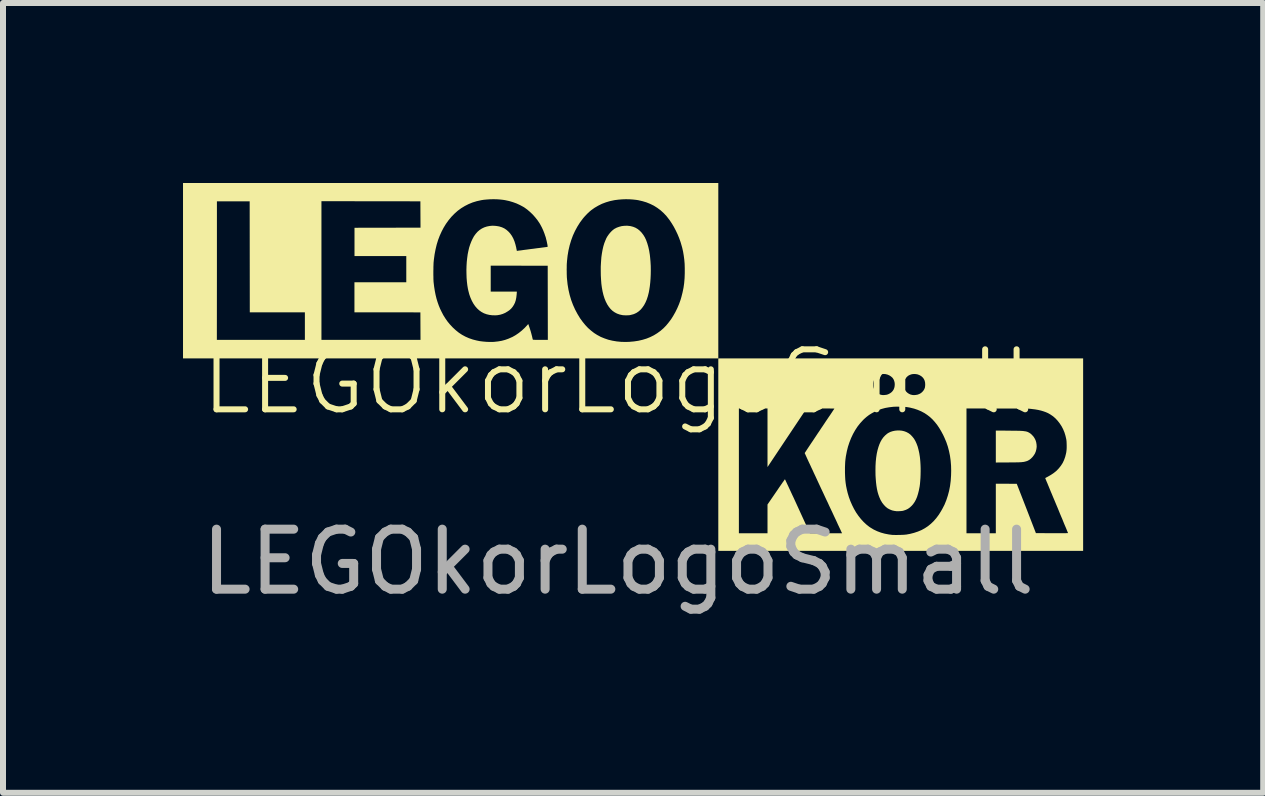
<source format=kicad_pcb>
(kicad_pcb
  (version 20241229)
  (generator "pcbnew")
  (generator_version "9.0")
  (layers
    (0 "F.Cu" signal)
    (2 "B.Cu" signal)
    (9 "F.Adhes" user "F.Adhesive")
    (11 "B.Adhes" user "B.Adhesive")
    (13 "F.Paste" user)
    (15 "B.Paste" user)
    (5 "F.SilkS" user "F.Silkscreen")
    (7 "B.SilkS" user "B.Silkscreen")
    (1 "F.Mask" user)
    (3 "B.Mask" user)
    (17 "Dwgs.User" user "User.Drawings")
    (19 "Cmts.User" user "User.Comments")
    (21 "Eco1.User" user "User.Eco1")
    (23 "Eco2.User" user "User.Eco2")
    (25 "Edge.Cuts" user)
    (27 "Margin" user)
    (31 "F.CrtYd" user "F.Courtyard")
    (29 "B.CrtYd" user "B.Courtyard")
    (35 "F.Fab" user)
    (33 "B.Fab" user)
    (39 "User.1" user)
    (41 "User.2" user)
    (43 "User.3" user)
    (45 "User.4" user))
  (footprint "LEGOkorLogoSmall"
    (layer "F.Cu")
    (at 7.249 3.814)
    (property "Reference" "LEGOkorLogoSmall" (at 0 -0.5 0) (unlocked yes) (layer "F.SilkS") (effects (font (size 1 1) (thickness 0.1))))
    (attr smd)
    (fp_poly (pts (xy 6.506 0.313) (xy 6.551 0.314) (xy 6.59 0.314) (xy 6.624 0.314) (xy 6.653 0.315) (xy 6.679 0.316) (xy 6.701 0.316) (xy 6.72 0.317) (xy 6.737 0.318) (xy 6.752 0.319) (xy 6.765 0.321) (xy 6.777 0.323) (xy 6.789 0.324) (xy 6.801 0.327) (xy 6.804 0.327) (xy 6.829 0.335) (xy 6.854 0.348) (xy 6.879 0.365) (xy 6.902 0.387) (xy 6.924 0.411) (xy 6.942 0.438) (xy 6.959 0.472) (xy 6.97 0.508) (xy 6.976 0.545) (xy 6.978 0.582) (xy 6.973 0.62) (xy 6.964 0.657) (xy 6.95 0.692) (xy 6.933 0.72) (xy 6.908 0.753) (xy 6.881 0.78) (xy 6.852 0.802) (xy 6.821 0.818) (xy 6.798 0.825) (xy 6.787 0.828) (xy 6.776 0.831) (xy 6.766 0.833) (xy 6.755 0.835) (xy 6.743 0.836) (xy 6.729 0.838) (xy 6.713 0.839) (xy 6.695 0.84) (xy 6.674 0.841) (xy 6.649 0.841) (xy 6.62 0.842) (xy 6.587 0.842) (xy 6.549 0.842) (xy 6.505 0.843) (xy 6.503 0.843) (xy 6.297 0.844) (xy 6.297 0.578) (xy 6.297 0.312)) (stroke (width 0) (type solid)) (fill yes) (layer "F.SilkS"))
    (fp_poly (pts (xy 0.201 -3.097) (xy 0.212 -3.095) (xy 0.254 -3.084) (xy 0.293 -3.068) (xy 0.33 -3.046) (xy 0.363 -3.019) (xy 0.394 -2.987) (xy 0.422 -2.95) (xy 0.448 -2.908) (xy 0.47 -2.86) (xy 0.489 -2.807) (xy 0.506 -2.748) (xy 0.52 -2.685) (xy 0.531 -2.616) (xy 0.536 -2.57) (xy 0.542 -2.503) (xy 0.546 -2.433) (xy 0.547 -2.363) (xy 0.546 -2.294) (xy 0.543 -2.225) (xy 0.538 -2.159) (xy 0.531 -2.095) (xy 0.522 -2.036) (xy 0.513 -1.988) (xy 0.498 -1.928) (xy 0.48 -1.873) (xy 0.459 -1.824) (xy 0.435 -1.779) (xy 0.408 -1.74) (xy 0.379 -1.705) (xy 0.347 -1.676) (xy 0.312 -1.652) (xy 0.288 -1.64) (xy 0.263 -1.629) (xy 0.234 -1.621) (xy 0.206 -1.614) (xy 0.192 -1.611) (xy 0.172 -1.61) (xy 0.149 -1.609) (xy 0.124 -1.609) (xy 0.099 -1.61) (xy 0.077 -1.612) (xy 0.07 -1.613) (xy 0.026 -1.623) (xy -0.016 -1.638) (xy -0.054 -1.658) (xy -0.09 -1.683) (xy -0.123 -1.714) (xy -0.152 -1.75) (xy -0.179 -1.791) (xy -0.203 -1.838) (xy -0.224 -1.889) (xy -0.242 -1.946) (xy -0.257 -2.008) (xy -0.269 -2.075) (xy -0.277 -2.135) (xy -0.282 -2.203) (xy -0.286 -2.274) (xy -0.287 -2.347) (xy -0.287 -2.421) (xy -0.283 -2.492) (xy -0.278 -2.561) (xy -0.277 -2.576) (xy -0.268 -2.64) (xy -0.257 -2.701) (xy -0.244 -2.758) (xy -0.228 -2.811) (xy -0.209 -2.859) (xy -0.194 -2.894) (xy -0.177 -2.924) (xy -0.157 -2.953) (xy -0.134 -2.982) (xy -0.11 -3.008) (xy -0.086 -3.03) (xy -0.062 -3.048) (xy -0.059 -3.05) (xy -0.021 -3.07) (xy 0.021 -3.085) (xy 0.064 -3.096) (xy 0.109 -3.101) (xy 0.155 -3.102)) (stroke (width 0) (type solid)) (fill yes) (layer "F.SilkS"))
    (fp_poly (pts (xy 4.694 0.31) (xy 4.733 0.314) (xy 4.771 0.323) (xy 4.806 0.336) (xy 4.838 0.353) (xy 4.849 0.36) (xy 4.88 0.385) (xy 4.908 0.415) (xy 4.934 0.448) (xy 4.956 0.486) (xy 4.976 0.529) (xy 4.994 0.577) (xy 5.008 0.629) (xy 5.021 0.687) (xy 5.031 0.749) (xy 5.035 0.785) (xy 5.039 0.832) (xy 5.042 0.883) (xy 5.044 0.937) (xy 5.044 0.992) (xy 5.043 1.047) (xy 5.041 1.101) (xy 5.037 1.153) (xy 5.033 1.202) (xy 5.027 1.246) (xy 5.026 1.251) (xy 5.014 1.312) (xy 5 1.367) (xy 4.984 1.418) (xy 4.965 1.463) (xy 4.943 1.503) (xy 4.918 1.539) (xy 4.896 1.564) (xy 4.866 1.592) (xy 4.834 1.615) (xy 4.8 1.632) (xy 4.762 1.645) (xy 4.744 1.65) (xy 4.733 1.651) (xy 4.719 1.653) (xy 4.702 1.654) (xy 4.684 1.655) (xy 4.667 1.656) (xy 4.652 1.656) (xy 4.641 1.655) (xy 4.637 1.655) (xy 4.631 1.654) (xy 4.62 1.652) (xy 4.608 1.651) (xy 4.608 1.651) (xy 4.568 1.642) (xy 4.531 1.627) (xy 4.495 1.608) (xy 4.463 1.583) (xy 4.433 1.552) (xy 4.405 1.517) (xy 4.381 1.477) (xy 4.375 1.466) (xy 4.357 1.425) (xy 4.341 1.382) (xy 4.327 1.335) (xy 4.316 1.285) (xy 4.307 1.23) (xy 4.3 1.17) (xy 4.295 1.106) (xy 4.292 1.056) (xy 4.291 0.977) (xy 4.292 0.901) (xy 4.296 0.829) (xy 4.303 0.761) (xy 4.313 0.696) (xy 4.326 0.637) (xy 4.342 0.582) (xy 4.355 0.545) (xy 4.374 0.501) (xy 4.397 0.46) (xy 4.423 0.424) (xy 4.452 0.393) (xy 4.483 0.366) (xy 4.506 0.351) (xy 4.54 0.334) (xy 4.577 0.322) (xy 4.615 0.314) (xy 4.655 0.31)) (stroke (width 0) (type solid)) (fill yes) (layer "F.SilkS"))
    (fp_poly (pts (xy 1.672 -2.353) (xy 1.672 -0.891) (xy -2.788 -0.891) (xy -7.249 -0.891) (xy -7.249 -1.2) (xy -6.685 -1.2) (xy -5.951 -1.2) (xy -5.218 -1.2) (xy -5.218 -1.43) (xy -5.218 -1.659) (xy -5.677 -1.659) (xy -6.136 -1.659) (xy -6.137 -2.584) (xy -6.138 -3.509) (xy -6.411 -3.509) (xy -6.684 -3.509) (xy -6.684 -2.355) (xy -6.685 -1.2) (xy -7.249 -1.2) (xy -7.249 -2.353) (xy -7.249 -3.511) (xy -4.942 -3.511) (xy -4.942 -2.356) (xy -4.942 -1.2) (xy -4.116 -1.2) (xy -3.291 -1.2) (xy -3.292 -1.429) (xy -3.293 -1.658) (xy -3.843 -1.659) (xy -4.392 -1.659) (xy -4.392 -1.91) (xy -4.392 -2.16) (xy -3.96 -2.16) (xy -3.528 -2.16) (xy -3.528 -2.314) (xy -3.077 -2.314) (xy -3.077 -2.281) (xy -3.076 -2.25) (xy -3.076 -2.222) (xy -3.075 -2.197) (xy -3.074 -2.176) (xy -3.073 -2.162) (xy -3.064 -2.087) (xy -3.053 -2.017) (xy -3.04 -1.951) (xy -3.025 -1.889) (xy -3.007 -1.83) (xy -2.987 -1.773) (xy -2.964 -1.717) (xy -2.941 -1.67) (xy -2.911 -1.612) (xy -2.878 -1.559) (xy -2.844 -1.51) (xy -2.806 -1.463) (xy -2.764 -1.418) (xy -2.754 -1.407) (xy -2.704 -1.361) (xy -2.653 -1.32) (xy -2.6 -1.285) (xy -2.543 -1.254) (xy -2.484 -1.228) (xy -2.42 -1.206) (xy -2.358 -1.19) (xy -2.305 -1.179) (xy -2.248 -1.172) (xy -2.19 -1.167) (xy -2.133 -1.165) (xy -2.078 -1.166) (xy -2.062 -1.167) (xy -1.999 -1.174) (xy -1.94 -1.184) (xy -1.883 -1.199) (xy -1.829 -1.218) (xy -1.774 -1.242) (xy -1.76 -1.248) (xy -1.707 -1.278) (xy -1.654 -1.314) (xy -1.604 -1.354) (xy -1.556 -1.398) (xy -1.526 -1.43) (xy -1.495 -1.464) (xy -1.487 -1.441) (xy -1.477 -1.412) (xy -1.466 -1.379) (xy -1.455 -1.344) (xy -1.445 -1.308) (xy -1.436 -1.273) (xy -1.428 -1.242) (xy -1.428 -1.239) (xy -1.425 -1.226) (xy -1.422 -1.215) (xy -1.42 -1.208) (xy -1.42 -1.205) (xy -1.419 -1.204) (xy -1.417 -1.203) (xy -1.414 -1.202) (xy -1.409 -1.202) (xy -1.401 -1.201) (xy -1.39 -1.201) (xy -1.376 -1.2) (xy -1.357 -1.2) (xy -1.334 -1.2) (xy -1.305 -1.2) (xy -1.294 -1.2) (xy -1.169 -1.2) (xy -1.17 -1.818) (xy -1.171 -2.373) (xy -0.855 -2.373) (xy -0.854 -2.338) (xy -0.854 -2.304) (xy -0.853 -2.272) (xy -0.852 -2.243) (xy -0.85 -2.219) (xy -0.85 -2.219) (xy -0.84 -2.125) (xy -0.825 -2.035) (xy -0.805 -1.948) (xy -0.78 -1.864) (xy -0.75 -1.784) (xy -0.715 -1.706) (xy -0.675 -1.631) (xy -0.632 -1.56) (xy -0.589 -1.501) (xy -0.545 -1.447) (xy -0.499 -1.398) (xy -0.45 -1.355) (xy -0.399 -1.315) (xy -0.344 -1.28) (xy -0.343 -1.28) (xy -0.286 -1.249) (xy -0.224 -1.224) (xy -0.16 -1.202) (xy -0.092 -1.186) (xy -0.021 -1.174) (xy 0.051 -1.167) (xy 0.126 -1.165) (xy 0.19 -1.167) (xy 0.267 -1.174) (xy 0.34 -1.185) (xy 0.409 -1.201) (xy 0.475 -1.221) (xy 0.537 -1.246) (xy 0.596 -1.275) (xy 0.653 -1.31) (xy 0.707 -1.349) (xy 0.712 -1.353) (xy 0.758 -1.393) (xy 0.802 -1.438) (xy 0.844 -1.489) (xy 0.885 -1.543) (xy 0.922 -1.602) (xy 0.957 -1.664) (xy 0.989 -1.729) (xy 1.018 -1.797) (xy 1.043 -1.867) (xy 1.057 -1.915) (xy 1.076 -1.99) (xy 1.092 -2.067) (xy 1.103 -2.145) (xy 1.11 -2.226) (xy 1.113 -2.311) (xy 1.113 -2.392) (xy 1.111 -2.466) (xy 1.105 -2.537) (xy 1.096 -2.605) (xy 1.085 -2.671) (xy 1.07 -2.737) (xy 1.051 -2.803) (xy 1.042 -2.833) (xy 1.019 -2.897) (xy 0.993 -2.96) (xy 0.963 -3.023) (xy 0.931 -3.084) (xy 0.896 -3.142) (xy 0.86 -3.196) (xy 0.822 -3.245) (xy 0.807 -3.264) (xy 0.76 -3.314) (xy 0.709 -3.36) (xy 0.655 -3.4) (xy 0.598 -3.436) (xy 0.537 -3.466) (xy 0.473 -3.492) (xy 0.406 -3.512) (xy 0.336 -3.528) (xy 0.304 -3.533) (xy 0.249 -3.539) (xy 0.191 -3.543) (xy 0.131 -3.544) (xy 0.07 -3.542) (xy 0.01 -3.537) (xy -0.047 -3.53) (xy -0.065 -3.527) (xy -0.135 -3.512) (xy -0.202 -3.492) (xy -0.268 -3.467) (xy -0.33 -3.436) (xy -0.39 -3.401) (xy -0.446 -3.361) (xy -0.452 -3.356) (xy -0.469 -3.342) (xy -0.488 -3.324) (xy -0.509 -3.305) (xy -0.529 -3.284) (xy -0.549 -3.263) (xy -0.567 -3.243) (xy -0.582 -3.225) (xy -0.583 -3.224) (xy -0.633 -3.157) (xy -0.677 -3.087) (xy -0.716 -3.015) (xy -0.751 -2.939) (xy -0.78 -2.86) (xy -0.805 -2.777) (xy -0.825 -2.691) (xy -0.84 -2.602) (xy -0.85 -2.509) (xy -0.851 -2.492) (xy -0.853 -2.468) (xy -0.854 -2.439) (xy -0.854 -2.407) (xy -0.855 -2.373) (xy -1.171 -2.373) (xy -1.171 -2.435) (xy -1.646 -2.436) (xy -2.121 -2.437) (xy -2.121 -2.22) (xy -2.121 -2.004) (xy -1.903 -2.004) (xy -1.686 -2.004) (xy -1.686 -1.996) (xy -1.686 -1.99) (xy -1.687 -1.979) (xy -1.688 -1.966) (xy -1.689 -1.952) (xy -1.695 -1.903) (xy -1.704 -1.859) (xy -1.717 -1.819) (xy -1.735 -1.783) (xy -1.756 -1.75) (xy -1.781 -1.72) (xy -1.811 -1.693) (xy -1.839 -1.674) (xy -1.879 -1.65) (xy -1.921 -1.632) (xy -1.964 -1.619) (xy -2.01 -1.611) (xy -2.043 -1.609) (xy -2.095 -1.61) (xy -2.144 -1.616) (xy -2.19 -1.627) (xy -2.234 -1.643) (xy -2.275 -1.665) (xy -2.313 -1.692) (xy -2.348 -1.724) (xy -2.38 -1.761) (xy -2.409 -1.803) (xy -2.435 -1.85) (xy -2.458 -1.902) (xy -2.478 -1.958) (xy -2.494 -2.02) (xy -2.502 -2.057) (xy -2.511 -2.112) (xy -2.518 -2.172) (xy -2.523 -2.235) (xy -2.525 -2.301) (xy -2.526 -2.367) (xy -2.524 -2.434) (xy -2.52 -2.5) (xy -2.513 -2.564) (xy -2.505 -2.624) (xy -2.493 -2.684) (xy -2.48 -2.739) (xy -2.463 -2.791) (xy -2.444 -2.84) (xy -2.425 -2.881) (xy -2.4 -2.927) (xy -2.371 -2.967) (xy -2.34 -3.002) (xy -2.306 -3.031) (xy -2.268 -3.056) (xy -2.228 -3.075) (xy -2.185 -3.089) (xy -2.138 -3.098) (xy -2.11 -3.101) (xy -2.088 -3.102) (xy -2.063 -3.101) (xy -2.035 -3.099) (xy -2.008 -3.095) (xy -1.984 -3.091) (xy -1.976 -3.089) (xy -1.934 -3.076) (xy -1.895 -3.058) (xy -1.859 -3.034) (xy -1.826 -3.005) (xy -1.796 -2.972) (xy -1.769 -2.934) (xy -1.745 -2.89) (xy -1.725 -2.842) (xy -1.709 -2.79) (xy -1.695 -2.733) (xy -1.695 -2.729) (xy -1.692 -2.715) (xy -1.689 -2.703) (xy -1.688 -2.693) (xy -1.687 -2.689) (xy -1.685 -2.684) (xy -1.68 -2.683) (xy -1.677 -2.684) (xy -1.673 -2.684) (xy -1.663 -2.686) (xy -1.649 -2.688) (xy -1.629 -2.69) (xy -1.606 -2.693) (xy -1.579 -2.697) (xy -1.549 -2.701) (xy -1.516 -2.705) (xy -1.48 -2.71) (xy -1.443 -2.715) (xy -1.423 -2.717) (xy -1.385 -2.722) (xy -1.349 -2.727) (xy -1.315 -2.731) (xy -1.284 -2.735) (xy -1.255 -2.739) (xy -1.231 -2.742) (xy -1.21 -2.745) (xy -1.193 -2.747) (xy -1.181 -2.749) (xy -1.175 -2.75) (xy -1.174 -2.75) (xy -1.172 -2.754) (xy -1.173 -2.762) (xy -1.174 -2.774) (xy -1.177 -2.791) (xy -1.181 -2.81) (xy -1.185 -2.83) (xy -1.19 -2.853) (xy -1.196 -2.875) (xy -1.201 -2.897) (xy -1.207 -2.919) (xy -1.209 -2.922) (xy -1.226 -2.973) (xy -1.246 -3.024) (xy -1.269 -3.074) (xy -1.294 -3.121) (xy -1.308 -3.145) (xy -1.342 -3.195) (xy -1.381 -3.244) (xy -1.422 -3.29) (xy -1.467 -3.333) (xy -1.513 -3.372) (xy -1.56 -3.406) (xy -1.578 -3.417) (xy -1.632 -3.446) (xy -1.69 -3.473) (xy -1.751 -3.495) (xy -1.815 -3.514) (xy -1.88 -3.528) (xy -1.911 -3.533) (xy -1.963 -3.539) (xy -2.018 -3.543) (xy -2.075 -3.544) (xy -2.132 -3.543) (xy -2.188 -3.539) (xy -2.241 -3.534) (xy -2.283 -3.527) (xy -2.354 -3.511) (xy -2.423 -3.49) (xy -2.489 -3.463) (xy -2.552 -3.431) (xy -2.613 -3.394) (xy -2.67 -3.352) (xy -2.724 -3.304) (xy -2.775 -3.252) (xy -2.823 -3.194) (xy -2.867 -3.133) (xy -2.906 -3.069) (xy -2.94 -3.004) (xy -2.971 -2.935) (xy -2.998 -2.864) (xy -3.021 -2.789) (xy -3.04 -2.71) (xy -3.056 -2.627) (xy -3.068 -2.539) (xy -3.071 -2.509) (xy -3.073 -2.491) (xy -3.074 -2.468) (xy -3.075 -2.441) (xy -3.076 -2.412) (xy -3.076 -2.38) (xy -3.077 -2.347) (xy -3.077 -2.314) (xy -3.528 -2.314) (xy -3.528 -2.378) (xy -3.528 -2.596) (xy -3.96 -2.596) (xy -4.391 -2.597) (xy -4.391 -2.833) (xy -4.391 -3.068) (xy -3.841 -3.069) (xy -3.291 -3.07) (xy -3.292 -3.29) (xy -3.293 -3.509) (xy -4.117 -3.51) (xy -4.942 -3.511) (xy -7.249 -3.511) (xy -7.249 -3.814) (xy -2.788 -3.814) (xy 1.672 -3.814)) (stroke (width 0) (type solid)) (fill yes) (layer "F.SilkS"))
    (fp_poly (pts (xy 7.752 0.713) (xy 7.752 2.317) (xy 4.712 2.317) (xy 1.672 2.317) (xy 1.672 0.713) (xy 1.672 -0.057) (xy 2.015 -0.057) (xy 2.015 0.983) (xy 2.015 2.023) (xy 2.253 2.023) (xy 2.492 2.023) (xy 2.492 1.784) (xy 2.492 1.544) (xy 2.636 1.334) (xy 2.658 1.302) (xy 2.678 1.272) (xy 2.698 1.243) (xy 2.716 1.217) (xy 2.733 1.193) (xy 2.747 1.172) (xy 2.76 1.155) (xy 2.77 1.14) (xy 2.777 1.13) (xy 2.781 1.125) (xy 2.782 1.123) (xy 2.784 1.126) (xy 2.788 1.134) (xy 2.794 1.146) (xy 2.802 1.164) (xy 2.812 1.185) (xy 2.824 1.211) (xy 2.838 1.24) (xy 2.853 1.273) (xy 2.87 1.309) (xy 2.888 1.348) (xy 2.907 1.389) (xy 2.928 1.433) (xy 2.949 1.479) (xy 2.971 1.527) (xy 2.992 1.573) (xy 3.198 2.023) (xy 3.466 2.023) (xy 3.734 2.023) (xy 3.727 2.007) (xy 3.725 2.003) (xy 3.72 1.994) (xy 3.714 1.979) (xy 3.705 1.96) (xy 3.694 1.937) (xy 3.681 1.909) (xy 3.666 1.878) (xy 3.65 1.842) (xy 3.632 1.803) (xy 3.612 1.761) (xy 3.591 1.716) (xy 3.569 1.668) (xy 3.545 1.618) (xy 3.52 1.565) (xy 3.495 1.51) (xy 3.468 1.454) (xy 3.441 1.396) (xy 3.416 1.342) (xy 3.388 1.283) (xy 3.361 1.225) (xy 3.335 1.169) (xy 3.31 1.115) (xy 3.286 1.063) (xy 3.262 1.013) (xy 3.262 1.012) (xy 3.783 1.012) (xy 3.785 1.072) (xy 3.788 1.129) (xy 3.794 1.184) (xy 3.802 1.237) (xy 3.813 1.29) (xy 3.826 1.345) (xy 3.827 1.349) (xy 3.848 1.42) (xy 3.873 1.488) (xy 3.902 1.554) (xy 3.934 1.618) (xy 3.969 1.678) (xy 4.008 1.734) (xy 4.049 1.786) (xy 4.093 1.834) (xy 4.139 1.877) (xy 4.187 1.915) (xy 4.205 1.927) (xy 4.261 1.961) (xy 4.32 1.989) (xy 4.381 2.012) (xy 4.446 2.03) (xy 4.514 2.043) (xy 4.568 2.05) (xy 4.582 2.051) (xy 4.601 2.051) (xy 4.623 2.052) (xy 4.649 2.052) (xy 4.675 2.051) (xy 4.702 2.051) (xy 4.728 2.05) (xy 4.752 2.049) (xy 4.773 2.048) (xy 4.79 2.046) (xy 4.798 2.046) (xy 4.869 2.033) (xy 4.935 2.016) (xy 4.998 1.995) (xy 5.058 1.97) (xy 5.113 1.94) (xy 5.166 1.905) (xy 5.215 1.865) (xy 5.262 1.82) (xy 5.306 1.769) (xy 5.347 1.714) (xy 5.385 1.653) (xy 5.406 1.616) (xy 5.442 1.546) (xy 5.472 1.472) (xy 5.497 1.396) (xy 5.518 1.318) (xy 5.534 1.236) (xy 5.545 1.15) (xy 5.551 1.061) (xy 5.553 0.983) (xy 5.551 0.896) (xy 5.544 0.812) (xy 5.533 0.732) (xy 5.517 0.654) (xy 5.497 0.578) (xy 5.472 0.504) (xy 5.441 0.431) (xy 5.421 0.388) (xy 5.387 0.324) (xy 5.353 0.267) (xy 5.317 0.214) (xy 5.279 0.167) (xy 5.24 0.124) (xy 5.198 0.085) (xy 5.154 0.051) (xy 5.109 0.021) (xy 5.053 -0.009) (xy 4.994 -0.034) (xy 4.932 -0.055) (xy 4.922 -0.057) (xy 5.808 -0.057) (xy 5.808 0.983) (xy 5.808 2.023) (xy 6.052 2.023) (xy 6.297 2.023) (xy 6.297 1.61) (xy 6.297 1.198) (xy 6.472 1.198) (xy 6.646 1.199) (xy 6.806 1.61) (xy 6.965 2.021) (xy 7.233 2.022) (xy 7.284 2.022) (xy 7.33 2.022) (xy 7.371 2.022) (xy 7.405 2.022) (xy 7.434 2.022) (xy 7.458 2.022) (xy 7.476 2.021) (xy 7.489 2.021) (xy 7.497 2.02) (xy 7.5 2.02) (xy 7.5 2.02) (xy 7.499 2.017) (xy 7.496 2.008) (xy 7.49 1.995) (xy 7.483 1.977) (xy 7.474 1.955) (xy 7.463 1.928) (xy 7.45 1.898) (xy 7.436 1.865) (xy 7.421 1.828) (xy 7.405 1.788) (xy 7.387 1.746) (xy 7.368 1.701) (xy 7.349 1.654) (xy 7.329 1.605) (xy 7.31 1.56) (xy 7.289 1.51) (xy 7.269 1.462) (xy 7.249 1.415) (xy 7.231 1.371) (xy 7.213 1.329) (xy 7.197 1.29) (xy 7.182 1.253) (xy 7.168 1.22) (xy 7.156 1.19) (xy 7.145 1.165) (xy 7.136 1.143) (xy 7.129 1.126) (xy 7.124 1.113) (xy 7.121 1.105) (xy 7.12 1.103) (xy 7.123 1.102) (xy 7.13 1.098) (xy 7.141 1.092) (xy 7.154 1.085) (xy 7.162 1.081) (xy 7.216 1.05) (xy 7.266 1.016) (xy 7.31 0.98) (xy 7.348 0.94) (xy 7.382 0.897) (xy 7.411 0.852) (xy 7.434 0.803) (xy 7.453 0.75) (xy 7.467 0.694) (xy 7.471 0.675) (xy 7.474 0.651) (xy 7.477 0.622) (xy 7.478 0.591) (xy 7.478 0.558) (xy 7.477 0.526) (xy 7.476 0.496) (xy 7.473 0.469) (xy 7.471 0.456) (xy 7.458 0.399) (xy 7.441 0.343) (xy 7.419 0.29) (xy 7.393 0.24) (xy 7.362 0.193) (xy 7.328 0.149) (xy 7.291 0.109) (xy 7.251 0.074) (xy 7.207 0.044) (xy 7.169 0.022) (xy 7.133 0.006) (xy 7.094 -0.008) (xy 7.051 -0.021) (xy 7.004 -0.032) (xy 6.953 -0.041) (xy 6.895 -0.048) (xy 6.882 -0.05) (xy 6.876 -0.05) (xy 6.869 -0.051) (xy 6.861 -0.052) (xy 6.852 -0.052) (xy 6.841 -0.053) (xy 6.829 -0.053) (xy 6.815 -0.053) (xy 6.798 -0.054) (xy 6.779 -0.054) (xy 6.757 -0.054) (xy 6.732 -0.054) (xy 6.703 -0.055) (xy 6.671 -0.055) (xy 6.635 -0.055) (xy 6.594 -0.055) (xy 6.549 -0.055) (xy 6.499 -0.056) (xy 6.443 -0.056) (xy 6.383 -0.056) (xy 6.322 -0.056) (xy 5.808 -0.057) (xy 4.922 -0.057) (xy 4.866 -0.071) (xy 4.825 -0.078) (xy 4.803 -0.081) (xy 4.776 -0.083) (xy 4.746 -0.085) (xy 4.715 -0.086) (xy 4.682 -0.086) (xy 4.65 -0.087) (xy 4.62 -0.086) (xy 4.594 -0.085) (xy 4.583 -0.084) (xy 4.516 -0.076) (xy 4.454 -0.065) (xy 4.394 -0.049) (xy 4.337 -0.029) (xy 4.281 -0.004) (xy 4.279 -0.003) (xy 4.229 0.024) (xy 4.184 0.052) (xy 4.142 0.084) (xy 4.101 0.12) (xy 4.084 0.137) (xy 4.037 0.188) (xy 3.993 0.244) (xy 3.953 0.305) (xy 3.917 0.369) (xy 3.885 0.437) (xy 3.857 0.508) (xy 3.833 0.581) (xy 3.814 0.657) (xy 3.799 0.736) (xy 3.797 0.746) (xy 3.794 0.77) (xy 3.791 0.792) (xy 3.789 0.812) (xy 3.787 0.831) (xy 3.786 0.851) (xy 3.785 0.872) (xy 3.784 0.897) (xy 3.783 0.925) (xy 3.783 0.947) (xy 3.783 1.012) (xy 3.262 1.012) (xy 3.241 0.966) (xy 3.22 0.922) (xy 3.201 0.88) (xy 3.183 0.843) (xy 3.167 0.808) (xy 3.153 0.778) (xy 3.141 0.751) (xy 3.131 0.729) (xy 3.123 0.711) (xy 3.117 0.698) (xy 3.113 0.69) (xy 3.112 0.687) (xy 3.113 0.684) (xy 3.118 0.677) (xy 3.126 0.665) (xy 3.137 0.648) (xy 3.15 0.628) (xy 3.165 0.605) (xy 3.183 0.578) (xy 3.203 0.548) (xy 3.225 0.515) (xy 3.249 0.48) (xy 3.274 0.442) (xy 3.3 0.403) (xy 3.327 0.362) (xy 3.356 0.32) (xy 3.358 0.317) (xy 3.386 0.274) (xy 3.414 0.233) (xy 3.44 0.194) (xy 3.465 0.156) (xy 3.489 0.121) (xy 3.511 0.088) (xy 3.532 0.058) (xy 3.55 0.031) (xy 3.566 0.007) (xy 3.579 -0.013) (xy 3.59 -0.03) (xy 3.599 -0.042) (xy 3.604 -0.05) (xy 3.606 -0.053) (xy 3.606 -0.053) (xy 3.606 -0.054) (xy 3.602 -0.054) (xy 3.597 -0.055) (xy 3.588 -0.055) (xy 3.575 -0.056) (xy 3.559 -0.056) (xy 3.539 -0.056) (xy 3.514 -0.057) (xy 3.485 -0.057) (xy 3.45 -0.057) (xy 3.41 -0.057) (xy 3.376 -0.057) (xy 3.144 -0.057) (xy 2.818 0.431) (xy 2.492 0.92) (xy 2.492 0.431) (xy 2.492 -0.057) (xy 2.253 -0.057) (xy 2.015 -0.057) (xy 1.672 -0.057) (xy 1.672 -0.454) (xy 4.252 -0.454) (xy 4.252 -0.438) (xy 4.253 -0.425) (xy 4.254 -0.415) (xy 4.257 -0.406) (xy 4.26 -0.397) (xy 4.273 -0.369) (xy 4.29 -0.344) (xy 4.31 -0.322) (xy 4.334 -0.305) (xy 4.359 -0.292) (xy 4.375 -0.287) (xy 4.386 -0.284) (xy 4.396 -0.282) (xy 4.402 -0.281) (xy 4.413 -0.28) (xy 4.428 -0.28) (xy 4.444 -0.281) (xy 4.461 -0.283) (xy 4.475 -0.285) (xy 4.482 -0.286) (xy 4.509 -0.296) (xy 4.535 -0.31) (xy 4.558 -0.327) (xy 4.577 -0.347) (xy 4.592 -0.369) (xy 4.594 -0.373) (xy 4.605 -0.401) (xy 4.611 -0.43) (xy 4.612 -0.453) (xy 4.76 -0.453) (xy 4.763 -0.421) (xy 4.771 -0.391) (xy 4.784 -0.364) (xy 4.802 -0.339) (xy 4.824 -0.318) (xy 4.849 -0.301) (xy 4.878 -0.288) (xy 4.909 -0.281) (xy 4.922 -0.28) (xy 4.94 -0.28) (xy 4.958 -0.281) (xy 4.976 -0.284) (xy 4.992 -0.287) (xy 4.996 -0.288) (xy 5.024 -0.299) (xy 5.049 -0.313) (xy 5.071 -0.332) (xy 5.072 -0.333) (xy 5.091 -0.355) (xy 5.105 -0.378) (xy 5.115 -0.404) (xy 5.119 -0.433) (xy 5.12 -0.456) (xy 5.118 -0.489) (xy 5.111 -0.519) (xy 5.099 -0.546) (xy 5.082 -0.57) (xy 5.06 -0.59) (xy 5.053 -0.596) (xy 5.025 -0.612) (xy 4.995 -0.624) (xy 4.963 -0.63) (xy 4.931 -0.631) (xy 4.899 -0.628) (xy 4.868 -0.618) (xy 4.845 -0.607) (xy 4.831 -0.597) (xy 4.816 -0.584) (xy 4.802 -0.568) (xy 4.789 -0.551) (xy 4.781 -0.538) (xy 4.77 -0.515) (xy 4.763 -0.493) (xy 4.76 -0.47) (xy 4.76 -0.453) (xy 4.612 -0.453) (xy 4.613 -0.46) (xy 4.61 -0.489) (xy 4.603 -0.517) (xy 4.592 -0.543) (xy 4.577 -0.565) (xy 4.574 -0.569) (xy 4.55 -0.59) (xy 4.522 -0.608) (xy 4.492 -0.621) (xy 4.461 -0.629) (xy 4.429 -0.632) (xy 4.396 -0.629) (xy 4.368 -0.622) (xy 4.341 -0.61) (xy 4.317 -0.593) (xy 4.295 -0.571) (xy 4.276 -0.546) (xy 4.262 -0.518) (xy 4.259 -0.51) (xy 4.256 -0.5) (xy 4.254 -0.49) (xy 4.252 -0.479) (xy 4.252 -0.464) (xy 4.252 -0.454) (xy 1.672 -0.454) (xy 1.672 -0.891) (xy 4.712 -0.891) (xy 7.752 -0.891)) (stroke (width 0) (type solid)) (fill yes) (layer "F.SilkS"))
    (fp_text user "${REFERENCE}" (at 0 2.5 0) (unlocked yes) (layer "F.Fab") (effects (font (size 1 1) (thickness 0.15)))))
  (gr_rect
    (start -3 -3)
    (end 18.002 10.162)
    (stroke (width 0.1) (type default))
    (fill no)
    (layer "Edge.Cuts")))
</source>
